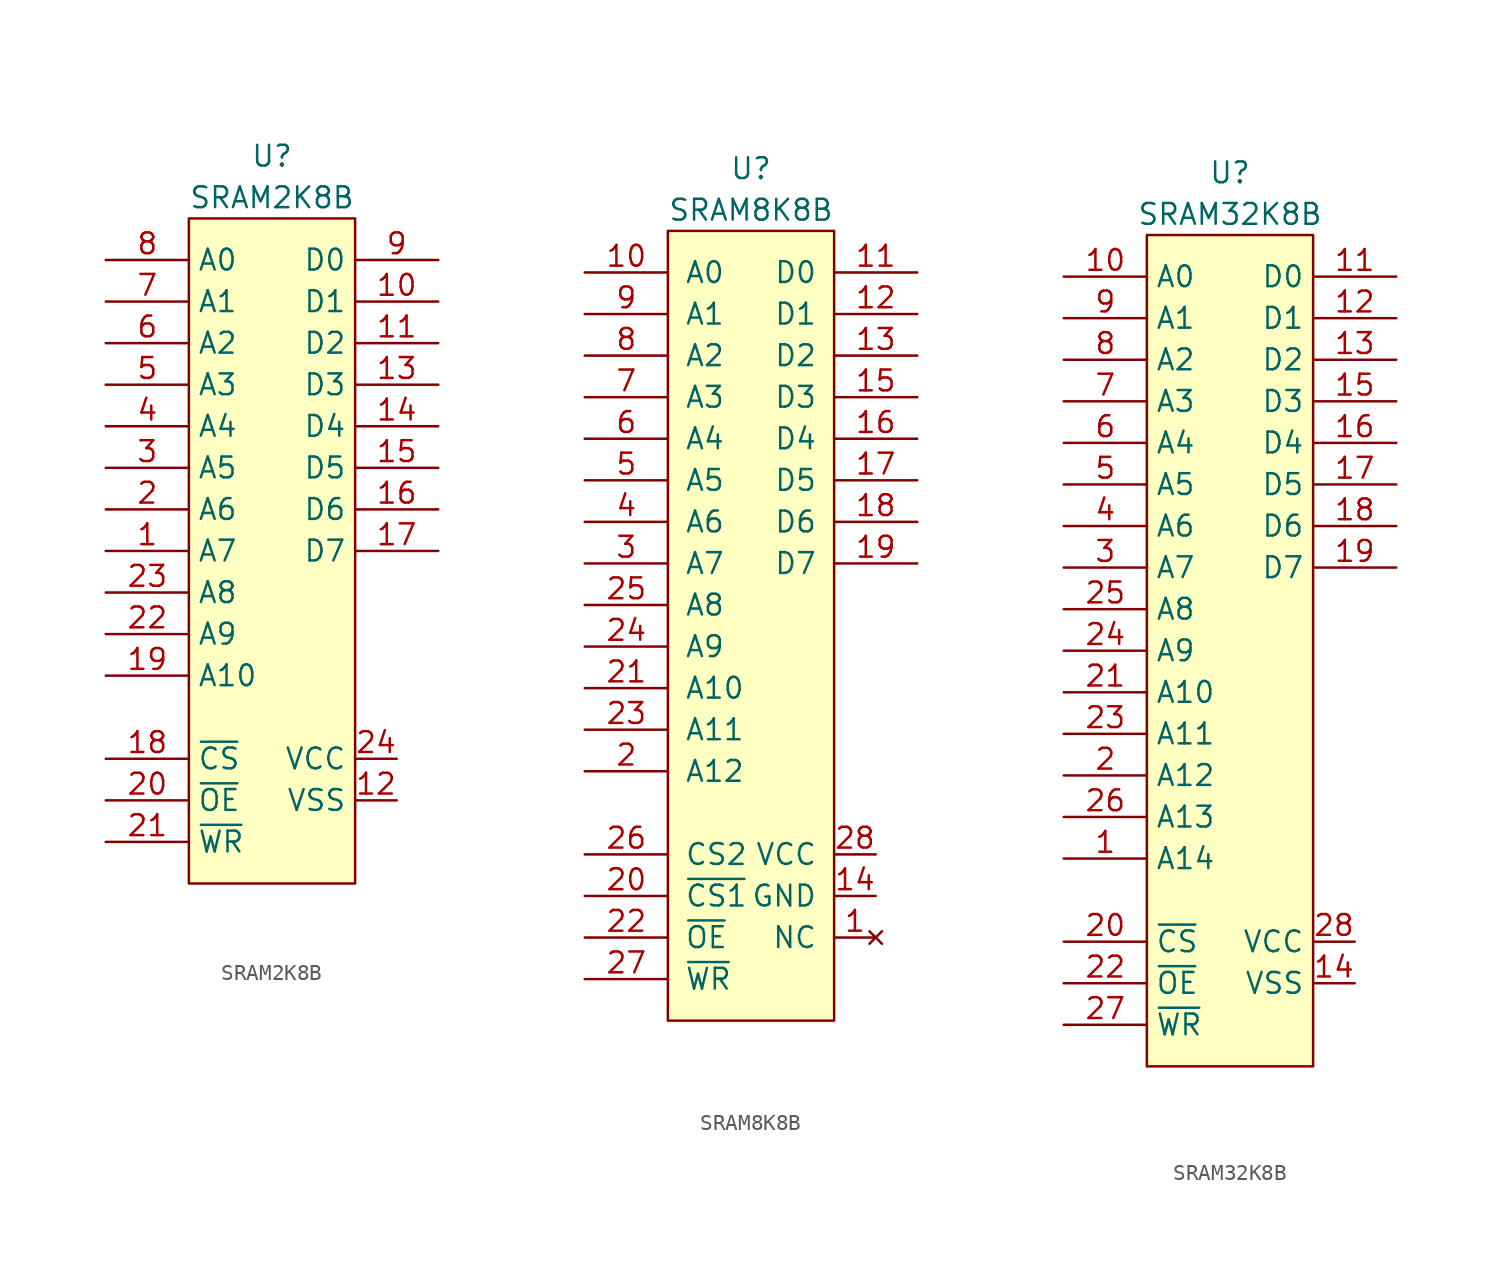
<source format=kicad_sym>
(kicad_symbol_lib
  (version 20220914)
  (generator kicad_symbol_editor)
  (symbol "SRAM2K8B"
    (property "Reference" "U"
      (at 0 24.13 0)
      (effects (font (size 1.27 1.27))))
    (property "Value" "SRAM2K8B"
      (at 0 21.59 0)
      (effects (font (size 1.27 1.27))))
    (symbol "SRAM2K8B_0_1"
      (rectangle (start -5.08 20.32) (end 5.08 -20.32) (stroke (width 0) (type default)) (fill (type background))))
    (symbol "SRAM2K8B_1_1"
      (pin input line (at -10.16 0 0) (length 5.08) (name "A7" (effects (font (size 1.27 1.27)))) (number "1" (effects (font (size 1.27 1.27)))))
      (pin tri_state line (at 10.16 15.24 180) (length 5.08) (name "D1" (effects (font (size 1.27 1.27)))) (number "10" (effects (font (size 1.27 1.27)))))
      (pin tri_state line (at 10.16 12.7 180) (length 5.08) (name "D2" (effects (font (size 1.27 1.27)))) (number "11" (effects (font (size 1.27 1.27)))))
      (pin power_in line (at 7.62 -15.24 180) (length 2.54) (name "VSS" (effects (font (size 1.27 1.27)))) (number "12" (effects (font (size 1.27 1.27)))))
      (pin tri_state line (at 10.16 10.16 180) (length 5.08) (name "D3" (effects (font (size 1.27 1.27)))) (number "13" (effects (font (size 1.27 1.27)))))
      (pin tri_state line (at 10.16 7.62 180) (length 5.08) (name "D4" (effects (font (size 1.27 1.27)))) (number "14" (effects (font (size 1.27 1.27)))))
      (pin tri_state line (at 10.16 5.08 180) (length 5.08) (name "D5" (effects (font (size 1.27 1.27)))) (number "15" (effects (font (size 1.27 1.27)))))
      (pin tri_state line (at 10.16 2.54 180) (length 5.08) (name "D6" (effects (font (size 1.27 1.27)))) (number "16" (effects (font (size 1.27 1.27)))))
      (pin tri_state line (at 10.16 0 180) (length 5.08) (name "D7" (effects (font (size 1.27 1.27)))) (number "17" (effects (font (size 1.27 1.27)))))
      (pin input line (at -10.16 -12.7 0) (length 5.08) (name "~{CS}" (effects (font (size 1.27 1.27)))) (number "18" (effects (font (size 1.27 1.27)))))
      (pin input line (at -10.16 -7.62 0) (length 5.08) (name "A10" (effects (font (size 1.27 1.27)))) (number "19" (effects (font (size 1.27 1.27)))))
      (pin input line (at -10.16 2.54 0) (length 5.08) (name "A6" (effects (font (size 1.27 1.27)))) (number "2" (effects (font (size 1.27 1.27)))))
      (pin input line (at -10.16 -15.24 0) (length 5.08) (name "~{OE}" (effects (font (size 1.27 1.27)))) (number "20" (effects (font (size 1.27 1.27)))))
      (pin input line (at -10.16 -17.78 0) (length 5.08) (name "~{WR}" (effects (font (size 1.27 1.27)))) (number "21" (effects (font (size 1.27 1.27)))))
      (pin input line (at -10.16 -5.08 0) (length 5.08) (name "A9" (effects (font (size 1.27 1.27)))) (number "22" (effects (font (size 1.27 1.27)))))
      (pin input line (at -10.16 -2.54 0) (length 5.08) (name "A8" (effects (font (size 1.27 1.27)))) (number "23" (effects (font (size 1.27 1.27)))))
      (pin power_in line (at 7.62 -12.7 180) (length 2.54) (name "VCC" (effects (font (size 1.27 1.27)))) (number "24" (effects (font (size 1.27 1.27)))))
      (pin input line (at -10.16 5.08 0) (length 5.08) (name "A5" (effects (font (size 1.27 1.27)))) (number "3" (effects (font (size 1.27 1.27)))))
      (pin input line (at -10.16 7.62 0) (length 5.08) (name "A4" (effects (font (size 1.27 1.27)))) (number "4" (effects (font (size 1.27 1.27)))))
      (pin input line (at -10.16 10.16 0) (length 5.08) (name "A3" (effects (font (size 1.27 1.27)))) (number "5" (effects (font (size 1.27 1.27)))))
      (pin input line (at -10.16 12.7 0) (length 5.08) (name "A2" (effects (font (size 1.27 1.27)))) (number "6" (effects (font (size 1.27 1.27)))))
      (pin input line (at -10.16 15.24 0) (length 5.08) (name "A1" (effects (font (size 1.27 1.27)))) (number "7" (effects (font (size 1.27 1.27)))))
      (pin input line (at -10.16 17.78 0) (length 5.08) (name "A0" (effects (font (size 1.27 1.27)))) (number "8" (effects (font (size 1.27 1.27)))))
      (pin tri_state line (at 10.16 17.78 180) (length 5.08) (name "D0" (effects (font (size 1.27 1.27)))) (number "9" (effects (font (size 1.27 1.27)))))))
  (symbol "SRAM8K8B"
    (pin_names
      (offset 1.016))
    (property "Reference" "U"
      (at 0 27.94 0)
      (effects (font (size 1.27 1.27))))
    (property "Value" "SRAM8K8B"
      (at 0 25.4 0)
      (effects (font (size 1.27 1.27))))
    (symbol "SRAM8K8B_0_0"
      (rectangle (start -5.08 24.13) (end 5.08 -24.13) (stroke (width 0) (type default)) (fill (type background))))
    (symbol "SRAM8K8B_1_1"
      (pin no_connect line (at 7.62 -19.05 180) (length 2.54) (name "NC" (effects (font (size 1.27 1.27)))) (number "1" (effects (font (size 1.27 1.27)))))
      (pin input line (at -10.16 21.59 0) (length 5.08) (name "A0" (effects (font (size 1.27 1.27)))) (number "10" (effects (font (size 1.27 1.27)))))
      (pin input line (at 10.16 21.59 180) (length 5.08) (name "D0" (effects (font (size 1.27 1.27)))) (number "11" (effects (font (size 1.27 1.27)))))
      (pin input line (at 10.16 19.05 180) (length 5.08) (name "D1" (effects (font (size 1.27 1.27)))) (number "12" (effects (font (size 1.27 1.27)))))
      (pin input line (at 10.16 16.51 180) (length 5.08) (name "D2" (effects (font (size 1.27 1.27)))) (number "13" (effects (font (size 1.27 1.27)))))
      (pin power_in line (at 7.62 -16.51 180) (length 2.54) (name "GND" (effects (font (size 1.27 1.27)))) (number "14" (effects (font (size 1.27 1.27)))))
      (pin input line (at 10.16 13.97 180) (length 5.08) (name "D3" (effects (font (size 1.27 1.27)))) (number "15" (effects (font (size 1.27 1.27)))))
      (pin input line (at 10.16 11.43 180) (length 5.08) (name "D4" (effects (font (size 1.27 1.27)))) (number "16" (effects (font (size 1.27 1.27)))))
      (pin input line (at 10.16 8.89 180) (length 5.08) (name "D5" (effects (font (size 1.27 1.27)))) (number "17" (effects (font (size 1.27 1.27)))))
      (pin input line (at 10.16 6.35 180) (length 5.08) (name "D6" (effects (font (size 1.27 1.27)))) (number "18" (effects (font (size 1.27 1.27)))))
      (pin input line (at 10.16 3.81 180) (length 5.08) (name "D7" (effects (font (size 1.27 1.27)))) (number "19" (effects (font (size 1.27 1.27)))))
      (pin input line (at -10.16 -8.89 0) (length 5.08) (name "A12" (effects (font (size 1.27 1.27)))) (number "2" (effects (font (size 1.27 1.27)))))
      (pin input line (at -10.16 -16.51 0) (length 5.08) (name "~{CS1}" (effects (font (size 1.27 1.27)))) (number "20" (effects (font (size 1.27 1.27)))))
      (pin input line (at -10.16 -3.81 0) (length 5.08) (name "A10" (effects (font (size 1.27 1.27)))) (number "21" (effects (font (size 1.27 1.27)))))
      (pin input line (at -10.16 -19.05 0) (length 5.08) (name "~{OE}" (effects (font (size 1.27 1.27)))) (number "22" (effects (font (size 1.27 1.27)))))
      (pin input line (at -10.16 -6.35 0) (length 5.08) (name "A11" (effects (font (size 1.27 1.27)))) (number "23" (effects (font (size 1.27 1.27)))))
      (pin input line (at -10.16 -1.27 0) (length 5.08) (name "A9" (effects (font (size 1.27 1.27)))) (number "24" (effects (font (size 1.27 1.27)))))
      (pin input line (at -10.16 1.27 0) (length 5.08) (name "A8" (effects (font (size 1.27 1.27)))) (number "25" (effects (font (size 1.27 1.27)))))
      (pin input line (at -10.16 -13.97 0) (length 5.08) (name "CS2" (effects (font (size 1.27 1.27)))) (number "26" (effects (font (size 1.27 1.27)))))
      (pin input line (at -10.16 -21.59 0) (length 5.08) (name "~{WR}" (effects (font (size 1.27 1.27)))) (number "27" (effects (font (size 1.27 1.27)))))
      (pin power_in line (at 7.62 -13.97 180) (length 2.54) (name "VCC" (effects (font (size 1.27 1.27)))) (number "28" (effects (font (size 1.27 1.27)))))
      (pin input line (at -10.16 3.81 0) (length 5.08) (name "A7" (effects (font (size 1.27 1.27)))) (number "3" (effects (font (size 1.27 1.27)))))
      (pin input line (at -10.16 6.35 0) (length 5.08) (name "A6" (effects (font (size 1.27 1.27)))) (number "4" (effects (font (size 1.27 1.27)))))
      (pin input line (at -10.16 8.89 0) (length 5.08) (name "A5" (effects (font (size 1.27 1.27)))) (number "5" (effects (font (size 1.27 1.27)))))
      (pin input line (at -10.16 11.43 0) (length 5.08) (name "A4" (effects (font (size 1.27 1.27)))) (number "6" (effects (font (size 1.27 1.27)))))
      (pin input line (at -10.16 13.97 0) (length 5.08) (name "A3" (effects (font (size 1.27 1.27)))) (number "7" (effects (font (size 1.27 1.27)))))
      (pin input line (at -10.16 16.51 0) (length 5.08) (name "A2" (effects (font (size 1.27 1.27)))) (number "8" (effects (font (size 1.27 1.27)))))
      (pin input line (at -10.16 19.05 0) (length 5.08) (name "A1" (effects (font (size 1.27 1.27)))) (number "9" (effects (font (size 1.27 1.27)))))))
  (symbol "SRAM32K8B"
    (property "Reference" "U"
      (at 0 29.21 0)
      (effects (font (size 1.27 1.27))))
    (property "Value" "SRAM32K8B"
      (at 0 26.67 0)
      (effects (font (size 1.27 1.27))))
    (symbol "SRAM32K8B_0_1"
      (rectangle (start -5.08 25.4) (end 5.08 -25.4) (stroke (width 0) (type default)) (fill (type background))))
    (symbol "SRAM32K8B_1_1"
      (pin input line (at -10.16 -12.7 0) (length 5.08) (name "A14" (effects (font (size 1.27 1.27)))) (number "1" (effects (font (size 1.27 1.27)))))
      (pin input line (at -10.16 22.86 0) (length 5.08) (name "A0" (effects (font (size 1.27 1.27)))) (number "10" (effects (font (size 1.27 1.27)))))
      (pin tri_state line (at 10.16 22.86 180) (length 5.08) (name "D0" (effects (font (size 1.27 1.27)))) (number "11" (effects (font (size 1.27 1.27)))))
      (pin tri_state line (at 10.16 20.32 180) (length 5.08) (name "D1" (effects (font (size 1.27 1.27)))) (number "12" (effects (font (size 1.27 1.27)))))
      (pin tri_state line (at 10.16 17.78 180) (length 5.08) (name "D2" (effects (font (size 1.27 1.27)))) (number "13" (effects (font (size 1.27 1.27)))))
      (pin power_in line (at 7.62 -20.32 180) (length 2.54) (name "VSS" (effects (font (size 1.27 1.27)))) (number "14" (effects (font (size 1.27 1.27)))))
      (pin tri_state line (at 10.16 15.24 180) (length 5.08) (name "D3" (effects (font (size 1.27 1.27)))) (number "15" (effects (font (size 1.27 1.27)))))
      (pin tri_state line (at 10.16 12.7 180) (length 5.08) (name "D4" (effects (font (size 1.27 1.27)))) (number "16" (effects (font (size 1.27 1.27)))))
      (pin tri_state line (at 10.16 10.16 180) (length 5.08) (name "D5" (effects (font (size 1.27 1.27)))) (number "17" (effects (font (size 1.27 1.27)))))
      (pin tri_state line (at 10.16 7.62 180) (length 5.08) (name "D6" (effects (font (size 1.27 1.27)))) (number "18" (effects (font (size 1.27 1.27)))))
      (pin tri_state line (at 10.16 5.08 180) (length 5.08) (name "D7" (effects (font (size 1.27 1.27)))) (number "19" (effects (font (size 1.27 1.27)))))
      (pin input line (at -10.16 -7.62 0) (length 5.08) (name "A12" (effects (font (size 1.27 1.27)))) (number "2" (effects (font (size 1.27 1.27)))))
      (pin input line (at -10.16 -17.78 0) (length 5.08) (name "~{CS}" (effects (font (size 1.27 1.27)))) (number "20" (effects (font (size 1.27 1.27)))))
      (pin input line (at -10.16 -2.54 0) (length 5.08) (name "A10" (effects (font (size 1.27 1.27)))) (number "21" (effects (font (size 1.27 1.27)))))
      (pin input line (at -10.16 -20.32 0) (length 5.08) (name "~{OE}" (effects (font (size 1.27 1.27)))) (number "22" (effects (font (size 1.27 1.27)))))
      (pin input line (at -10.16 -5.08 0) (length 5.08) (name "A11" (effects (font (size 1.27 1.27)))) (number "23" (effects (font (size 1.27 1.27)))))
      (pin input line (at -10.16 0 0) (length 5.08) (name "A9" (effects (font (size 1.27 1.27)))) (number "24" (effects (font (size 1.27 1.27)))))
      (pin input line (at -10.16 2.54 0) (length 5.08) (name "A8" (effects (font (size 1.27 1.27)))) (number "25" (effects (font (size 1.27 1.27)))))
      (pin input line (at -10.16 -10.16 0) (length 5.08) (name "A13" (effects (font (size 1.27 1.27)))) (number "26" (effects (font (size 1.27 1.27)))))
      (pin input line (at -10.16 -22.86 0) (length 5.08) (name "~{WR}" (effects (font (size 1.27 1.27)))) (number "27" (effects (font (size 1.27 1.27)))))
      (pin power_in line (at 7.62 -17.78 180) (length 2.54) (name "VCC" (effects (font (size 1.27 1.27)))) (number "28" (effects (font (size 1.27 1.27)))))
      (pin input line (at -10.16 5.08 0) (length 5.08) (name "A7" (effects (font (size 1.27 1.27)))) (number "3" (effects (font (size 1.27 1.27)))))
      (pin input line (at -10.16 7.62 0) (length 5.08) (name "A6" (effects (font (size 1.27 1.27)))) (number "4" (effects (font (size 1.27 1.27)))))
      (pin input line (at -10.16 10.16 0) (length 5.08) (name "A5" (effects (font (size 1.27 1.27)))) (number "5" (effects (font (size 1.27 1.27)))))
      (pin input line (at -10.16 12.7 0) (length 5.08) (name "A4" (effects (font (size 1.27 1.27)))) (number "6" (effects (font (size 1.27 1.27)))))
      (pin input line (at -10.16 15.24 0) (length 5.08) (name "A3" (effects (font (size 1.27 1.27)))) (number "7" (effects (font (size 1.27 1.27)))))
      (pin input line (at -10.16 17.78 0) (length 5.08) (name "A2" (effects (font (size 1.27 1.27)))) (number "8" (effects (font (size 1.27 1.27)))))
      (pin input line (at -10.16 20.32 0) (length 5.08) (name "A1" (effects (font (size 1.27 1.27)))) (number "9" (effects (font (size 1.27 1.27))))))))
</source>
